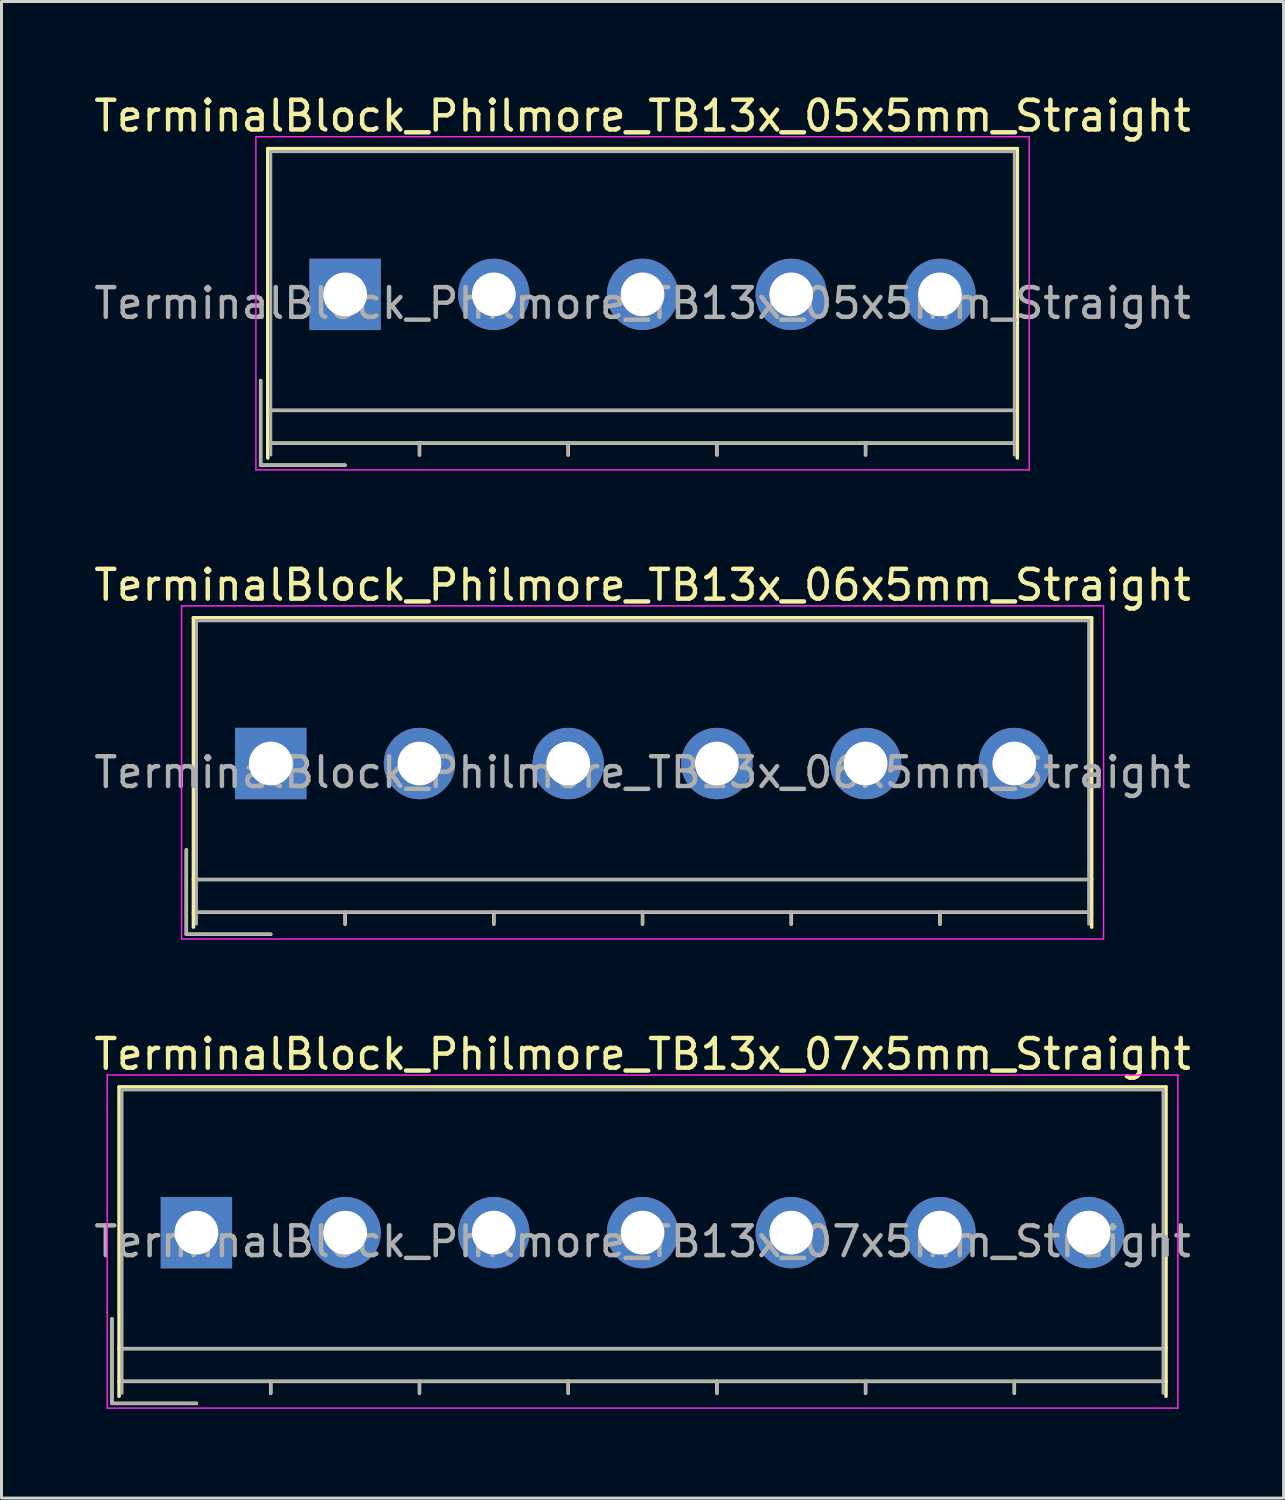
<source format=kicad_pcb>
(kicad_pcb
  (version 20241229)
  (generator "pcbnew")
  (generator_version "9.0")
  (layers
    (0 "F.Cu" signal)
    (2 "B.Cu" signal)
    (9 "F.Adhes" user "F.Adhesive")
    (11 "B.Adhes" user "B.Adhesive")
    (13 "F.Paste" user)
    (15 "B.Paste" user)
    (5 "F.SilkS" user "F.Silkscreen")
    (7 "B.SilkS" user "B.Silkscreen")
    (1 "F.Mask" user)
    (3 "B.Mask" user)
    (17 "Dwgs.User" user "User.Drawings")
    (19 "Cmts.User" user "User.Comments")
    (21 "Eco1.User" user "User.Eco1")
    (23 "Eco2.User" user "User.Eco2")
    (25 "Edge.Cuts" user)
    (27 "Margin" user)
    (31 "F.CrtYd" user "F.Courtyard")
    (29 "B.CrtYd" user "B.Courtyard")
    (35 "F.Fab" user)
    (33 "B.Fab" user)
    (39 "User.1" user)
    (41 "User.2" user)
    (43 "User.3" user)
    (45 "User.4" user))
  (footprint "TerminalBlock_Philmore_TB13x_07x5mm_Straight"
    (layer "F.Cu")
    (at 3.554 38.395)
    (property "Reference" "TerminalBlock_Philmore_TB13x_07x5mm_Straight" (at 15 -6 0) (layer "F.SilkS") (effects (font (size 1 1) (thickness 0.15))))
    (attr through_hole)
    (fp_line (start -2.84 2.9) (end -2.84 5.74) (stroke (width 0.12) (type solid)) (layer "F.SilkS"))
    (fp_line (start -2.84 5.74) (end 0 5.74) (stroke (width 0.12) (type solid)) (layer "F.SilkS"))
    (fp_line (start -2.6 -4.9) (end 32.6 -4.9) (stroke (width 0.12) (type solid)) (layer "F.SilkS"))
    (fp_line (start -2.6 3.9) (end 32.6 3.9) (stroke (width 0.12) (type solid)) (layer "F.SilkS"))
    (fp_line (start -2.6 5) (end 32.6 5) (stroke (width 0.12) (type solid)) (layer "F.SilkS"))
    (fp_line (start -2.6 5.5) (end -2.6 -4.9) (stroke (width 0.12) (type solid)) (layer "F.SilkS"))
    (fp_line (start 2.5 5) (end 2.5 5.4) (stroke (width 0.12) (type solid)) (layer "F.SilkS"))
    (fp_line (start 7.5 5) (end 7.5 5.4) (stroke (width 0.12) (type solid)) (layer "F.SilkS"))
    (fp_line (start 12.5 5) (end 12.5 5.4) (stroke (width 0.12) (type solid)) (layer "F.SilkS"))
    (fp_line (start 17.5 5) (end 17.5 5.4) (stroke (width 0.12) (type solid)) (layer "F.SilkS"))
    (fp_line (start 22.5 5) (end 22.5 5.4) (stroke (width 0.12) (type solid)) (layer "F.SilkS"))
    (fp_line (start 27.5 5) (end 27.5 5.4) (stroke (width 0.12) (type solid)) (layer "F.SilkS"))
    (fp_line (start 32.6 -4.9) (end 32.6 5.5) (stroke (width 0.12) (type solid)) (layer "F.SilkS"))
    (fp_line (start -3 -5.3) (end -3 5.9) (stroke (width 0.05) (type solid)) (layer "F.CrtYd"))
    (fp_line (start -3 5.9) (end 33 5.9) (stroke (width 0.05) (type solid)) (layer "F.CrtYd"))
    (fp_line (start 33 -5.3) (end -3 -5.3) (stroke (width 0.05) (type solid)) (layer "F.CrtYd"))
    (fp_line (start 33 5.9) (end 33 -5.3) (stroke (width 0.05) (type solid)) (layer "F.CrtYd"))
    (fp_line (start -2.84 2.9) (end -2.84 5.74) (stroke (width 0.1) (type solid)) (layer "F.Fab"))
    (fp_line (start -2.84 5.74) (end 0 5.74) (stroke (width 0.1) (type solid)) (layer "F.Fab"))
    (fp_line (start -2.5 -4.8) (end 32.5 -4.8) (stroke (width 0.1) (type solid)) (layer "F.Fab"))
    (fp_line (start -2.5 3.9) (end 32.5 3.9) (stroke (width 0.1) (type solid)) (layer "F.Fab"))
    (fp_line (start -2.5 5) (end 32.5 5) (stroke (width 0.1) (type solid)) (layer "F.Fab"))
    (fp_line (start -2.5 5.4) (end -2.5 -4.8) (stroke (width 0.1) (type solid)) (layer "F.Fab"))
    (fp_line (start 2.5 5) (end 2.5 5.4) (stroke (width 0.1) (type solid)) (layer "F.Fab"))
    (fp_line (start 7.5 5) (end 7.5 5.4) (stroke (width 0.1) (type solid)) (layer "F.Fab"))
    (fp_line (start 12.5 5) (end 12.5 5.4) (stroke (width 0.1) (type solid)) (layer "F.Fab"))
    (fp_line (start 17.5 5) (end 17.5 5.4) (stroke (width 0.1) (type solid)) (layer "F.Fab"))
    (fp_line (start 22.5 5) (end 22.5 5.4) (stroke (width 0.1) (type solid)) (layer "F.Fab"))
    (fp_line (start 27.5 5) (end 27.5 5.4) (stroke (width 0.1) (type solid)) (layer "F.Fab"))
    (fp_line (start 32.5 -4.8) (end 32.5 5.4) (stroke (width 0.1) (type solid)) (layer "F.Fab"))
    (fp_text user "${REFERENCE}" (at 15 0.3 0) (layer "F.Fab") (effects (font (size 1 1) (thickness 0.15))))
    (pad "1" thru_hole rect (at 0 0) (size 2.4 2.4) (drill 1.47) (layers "*.Cu" "*.Mask"))
    (pad "2" thru_hole circle (at 5 0) (size 2.4 2.4) (drill 1.47) (layers "*.Cu" "*.Mask"))
    (pad "3" thru_hole circle (at 10 0) (size 2.4 2.4) (drill 1.47) (layers "*.Cu" "*.Mask"))
    (pad "4" thru_hole circle (at 15 0) (size 2.4 2.4) (drill 1.47) (layers "*.Cu" "*.Mask"))
    (pad "5" thru_hole circle (at 20 0) (size 2.4 2.4) (drill 1.47) (layers "*.Cu" "*.Mask"))
    (pad "6" thru_hole circle (at 25 0) (size 2.4 2.4) (drill 1.47) (layers "*.Cu" "*.Mask"))
    (pad "7" thru_hole circle (at 30 0) (size 2.4 2.4) (drill 1.47) (layers "*.Cu" "*.Mask")))
  (footprint "TerminalBlock_Philmore_TB13x_06x5mm_Straight"
    (layer "F.Cu")
    (at 6.054 22.622)
    (property "Reference" "TerminalBlock_Philmore_TB13x_06x5mm_Straight" (at 12.5 -6 0) (layer "F.SilkS") (effects (font (size 1 1) (thickness 0.15))))
    (attr through_hole)
    (fp_line (start -2.84 2.9) (end -2.84 5.74) (stroke (width 0.12) (type solid)) (layer "F.SilkS"))
    (fp_line (start -2.84 5.74) (end 0 5.74) (stroke (width 0.12) (type solid)) (layer "F.SilkS"))
    (fp_line (start -2.6 -4.9) (end 27.6 -4.9) (stroke (width 0.12) (type solid)) (layer "F.SilkS"))
    (fp_line (start -2.6 3.9) (end 27.6 3.9) (stroke (width 0.12) (type solid)) (layer "F.SilkS"))
    (fp_line (start -2.6 5) (end 27.6 5) (stroke (width 0.12) (type solid)) (layer "F.SilkS"))
    (fp_line (start -2.6 5.5) (end -2.6 -4.9) (stroke (width 0.12) (type solid)) (layer "F.SilkS"))
    (fp_line (start 2.5 5) (end 2.5 5.4) (stroke (width 0.12) (type solid)) (layer "F.SilkS"))
    (fp_line (start 7.5 5) (end 7.5 5.4) (stroke (width 0.12) (type solid)) (layer "F.SilkS"))
    (fp_line (start 12.5 5) (end 12.5 5.4) (stroke (width 0.12) (type solid)) (layer "F.SilkS"))
    (fp_line (start 17.5 5) (end 17.5 5.4) (stroke (width 0.12) (type solid)) (layer "F.SilkS"))
    (fp_line (start 22.5 5) (end 22.5 5.4) (stroke (width 0.12) (type solid)) (layer "F.SilkS"))
    (fp_line (start 27.6 -4.9) (end 27.6 5.5) (stroke (width 0.12) (type solid)) (layer "F.SilkS"))
    (fp_line (start -3 -5.3) (end -3 5.9) (stroke (width 0.05) (type solid)) (layer "F.CrtYd"))
    (fp_line (start -3 5.9) (end 28 5.9) (stroke (width 0.05) (type solid)) (layer "F.CrtYd"))
    (fp_line (start 28 -5.3) (end -3 -5.3) (stroke (width 0.05) (type solid)) (layer "F.CrtYd"))
    (fp_line (start 28 5.9) (end 28 -5.3) (stroke (width 0.05) (type solid)) (layer "F.CrtYd"))
    (fp_line (start -2.84 2.9) (end -2.84 5.74) (stroke (width 0.1) (type solid)) (layer "F.Fab"))
    (fp_line (start -2.84 5.74) (end 0 5.74) (stroke (width 0.1) (type solid)) (layer "F.Fab"))
    (fp_line (start -2.5 -4.8) (end 27.5 -4.8) (stroke (width 0.1) (type solid)) (layer "F.Fab"))
    (fp_line (start -2.5 3.9) (end 27.5 3.9) (stroke (width 0.1) (type solid)) (layer "F.Fab"))
    (fp_line (start -2.5 5) (end 27.5 5) (stroke (width 0.1) (type solid)) (layer "F.Fab"))
    (fp_line (start -2.5 5.4) (end -2.5 -4.8) (stroke (width 0.1) (type solid)) (layer "F.Fab"))
    (fp_line (start 2.5 5) (end 2.5 5.4) (stroke (width 0.1) (type solid)) (layer "F.Fab"))
    (fp_line (start 7.5 5) (end 7.5 5.4) (stroke (width 0.1) (type solid)) (layer "F.Fab"))
    (fp_line (start 12.5 5) (end 12.5 5.4) (stroke (width 0.1) (type solid)) (layer "F.Fab"))
    (fp_line (start 17.5 5) (end 17.5 5.4) (stroke (width 0.1) (type solid)) (layer "F.Fab"))
    (fp_line (start 22.5 5) (end 22.5 5.4) (stroke (width 0.1) (type solid)) (layer "F.Fab"))
    (fp_line (start 27.5 -4.8) (end 27.5 5.4) (stroke (width 0.1) (type solid)) (layer "F.Fab"))
    (fp_text user "${REFERENCE}" (at 12.5 0.3 0) (layer "F.Fab") (effects (font (size 1 1) (thickness 0.15))))
    (pad "1" thru_hole rect (at 0 0) (size 2.4 2.4) (drill 1.47) (layers "*.Cu" "*.Mask"))
    (pad "2" thru_hole circle (at 5 0) (size 2.4 2.4) (drill 1.47) (layers "*.Cu" "*.Mask"))
    (pad "3" thru_hole circle (at 10 0) (size 2.4 2.4) (drill 1.47) (layers "*.Cu" "*.Mask"))
    (pad "4" thru_hole circle (at 15 0) (size 2.4 2.4) (drill 1.47) (layers "*.Cu" "*.Mask"))
    (pad "5" thru_hole circle (at 20 0) (size 2.4 2.4) (drill 1.47) (layers "*.Cu" "*.Mask"))
    (pad "6" thru_hole circle (at 25 0) (size 2.4 2.4) (drill 1.47) (layers "*.Cu" "*.Mask")))
  (footprint "TerminalBlock_Philmore_TB13x_05x5mm_Straight"
    (layer "F.Cu")
    (at 8.554 6.848)
    (property "Reference" "TerminalBlock_Philmore_TB13x_05x5mm_Straight" (at 10 -6 0) (layer "F.SilkS") (effects (font (size 1 1) (thickness 0.15))))
    (attr through_hole)
    (fp_line (start -2.84 2.9) (end -2.84 5.74) (stroke (width 0.12) (type solid)) (layer "F.SilkS"))
    (fp_line (start -2.84 5.74) (end 0 5.74) (stroke (width 0.12) (type solid)) (layer "F.SilkS"))
    (fp_line (start -2.6 -4.9) (end 22.6 -4.9) (stroke (width 0.12) (type solid)) (layer "F.SilkS"))
    (fp_line (start -2.6 3.9) (end 22.6 3.9) (stroke (width 0.12) (type solid)) (layer "F.SilkS"))
    (fp_line (start -2.6 5) (end 22.6 5) (stroke (width 0.12) (type solid)) (layer "F.SilkS"))
    (fp_line (start -2.6 5.5) (end -2.6 -4.9) (stroke (width 0.12) (type solid)) (layer "F.SilkS"))
    (fp_line (start 2.5 5) (end 2.5 5.4) (stroke (width 0.12) (type solid)) (layer "F.SilkS"))
    (fp_line (start 7.5 5) (end 7.5 5.4) (stroke (width 0.12) (type solid)) (layer "F.SilkS"))
    (fp_line (start 12.5 5) (end 12.5 5.4) (stroke (width 0.12) (type solid)) (layer "F.SilkS"))
    (fp_line (start 17.5 5) (end 17.5 5.4) (stroke (width 0.12) (type solid)) (layer "F.SilkS"))
    (fp_line (start 22.6 -4.9) (end 22.6 5.5) (stroke (width 0.12) (type solid)) (layer "F.SilkS"))
    (fp_line (start -3 -5.3) (end -3 5.9) (stroke (width 0.05) (type solid)) (layer "F.CrtYd"))
    (fp_line (start -3 5.9) (end 23 5.9) (stroke (width 0.05) (type solid)) (layer "F.CrtYd"))
    (fp_line (start 23 -5.3) (end -3 -5.3) (stroke (width 0.05) (type solid)) (layer "F.CrtYd"))
    (fp_line (start 23 5.9) (end 23 -5.3) (stroke (width 0.05) (type solid)) (layer "F.CrtYd"))
    (fp_line (start -2.84 2.9) (end -2.84 5.74) (stroke (width 0.1) (type solid)) (layer "F.Fab"))
    (fp_line (start -2.84 5.74) (end 0 5.74) (stroke (width 0.1) (type solid)) (layer "F.Fab"))
    (fp_line (start -2.5 -4.8) (end 22.5 -4.8) (stroke (width 0.1) (type solid)) (layer "F.Fab"))
    (fp_line (start -2.5 3.9) (end 22.5 3.9) (stroke (width 0.1) (type solid)) (layer "F.Fab"))
    (fp_line (start -2.5 5) (end 22.5 5) (stroke (width 0.1) (type solid)) (layer "F.Fab"))
    (fp_line (start -2.5 5.4) (end -2.5 -4.8) (stroke (width 0.1) (type solid)) (layer "F.Fab"))
    (fp_line (start 2.5 5) (end 2.5 5.4) (stroke (width 0.1) (type solid)) (layer "F.Fab"))
    (fp_line (start 7.5 5) (end 7.5 5.4) (stroke (width 0.1) (type solid)) (layer "F.Fab"))
    (fp_line (start 12.5 5) (end 12.5 5.4) (stroke (width 0.1) (type solid)) (layer "F.Fab"))
    (fp_line (start 17.5 5) (end 17.5 5.4) (stroke (width 0.1) (type solid)) (layer "F.Fab"))
    (fp_line (start 22.5 -4.8) (end 22.5 5.4) (stroke (width 0.1) (type solid)) (layer "F.Fab"))
    (fp_text user "${REFERENCE}" (at 10 0.3 0) (layer "F.Fab") (effects (font (size 1 1) (thickness 0.15))))
    (pad "1" thru_hole rect (at 0 0) (size 2.4 2.4) (drill 1.47) (layers "*.Cu" "*.Mask"))
    (pad "2" thru_hole circle (at 5 0) (size 2.4 2.4) (drill 1.47) (layers "*.Cu" "*.Mask"))
    (pad "3" thru_hole circle (at 10 0) (size 2.4 2.4) (drill 1.47) (layers "*.Cu" "*.Mask"))
    (pad "4" thru_hole circle (at 15 0) (size 2.4 2.4) (drill 1.47) (layers "*.Cu" "*.Mask"))
    (pad "5" thru_hole circle (at 20 0) (size 2.4 2.4) (drill 1.47) (layers "*.Cu" "*.Mask")))
  (gr_rect
    (start -3 -3)
    (end 40.107 47.32)
    (stroke (width 0.1) (type default))
    (fill no)
    (layer "Edge.Cuts")))
</source>
